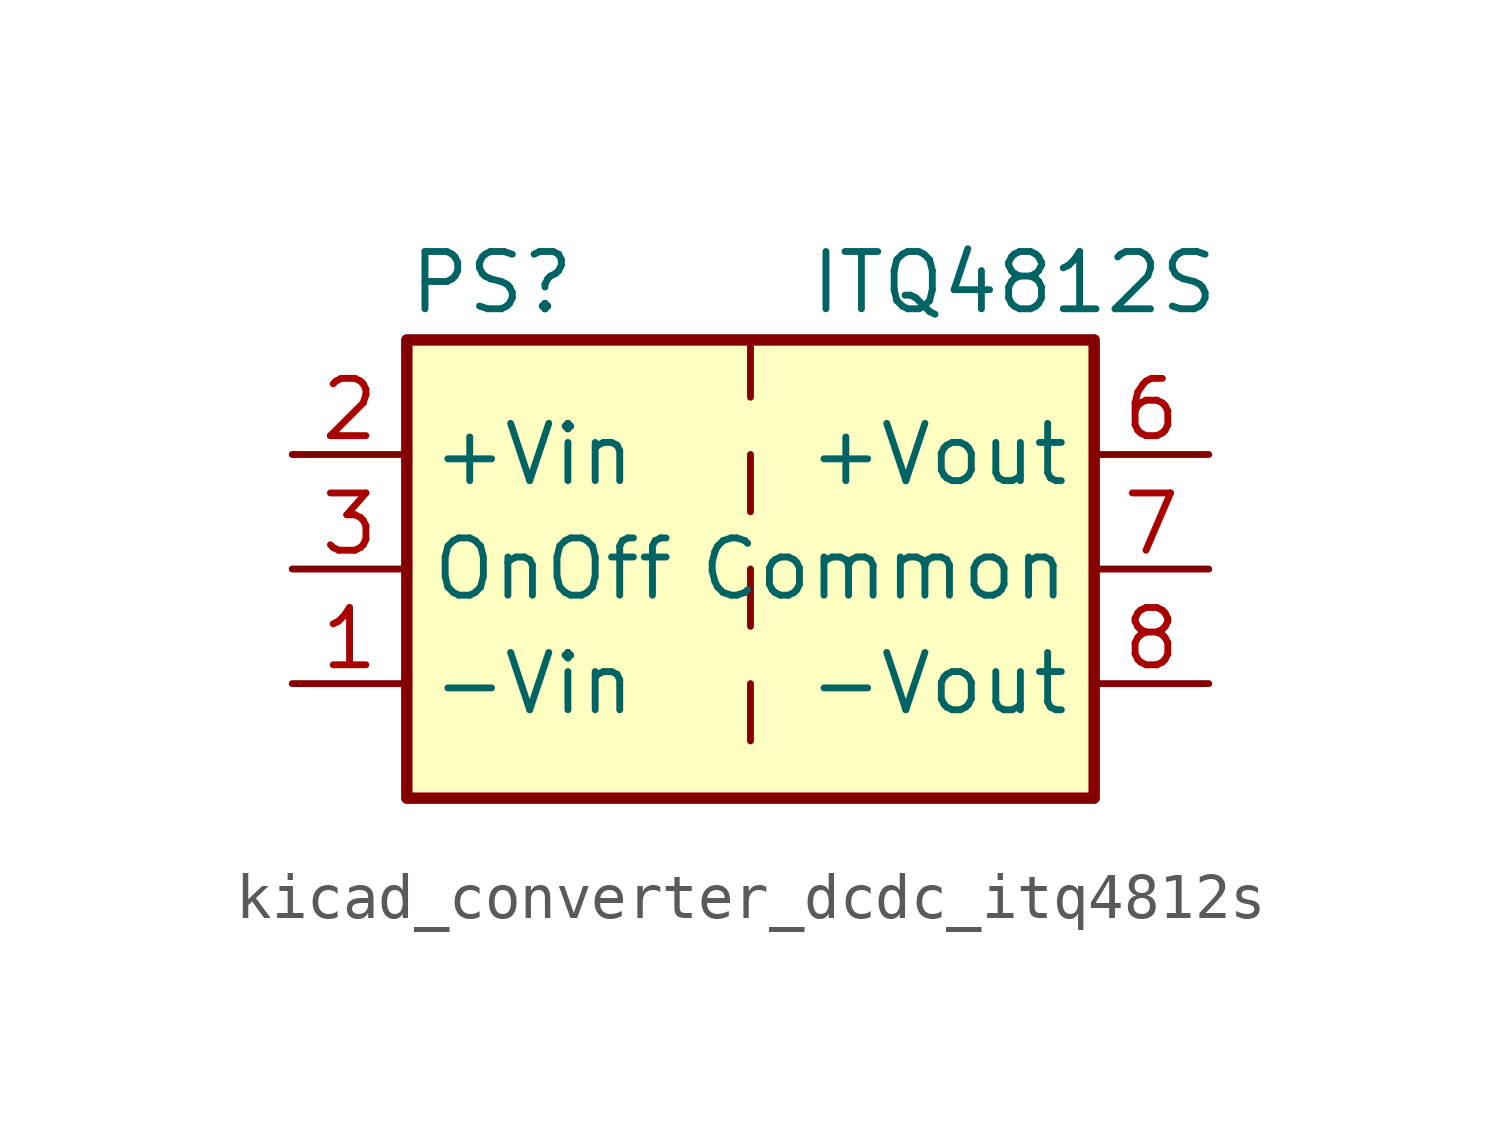
<source format=kicad_sym>
(kicad_symbol_lib
  (version 20220914)
  (generator kicad_symbol_editor)
  (symbol "kicad_converter_dcdc_itq4812s"
    (property "Reference" "PS"
      (at -7.62 6.35 0)
      (effects (font (size 1.27 1.27)) (justify left)))
    (property "Value" "ITQ4812S"
      (at 1.27 6.35 0)
      (effects (font (size 1.27 1.27)) (justify left)))
    (symbol "kicad_converter_dcdc_itq4812s_0_0"
      (pin power_in line (at -10.16 -2.54 0) (length 2.54) (name "-Vin" (effects (font (size 1.27 1.27)))) (number "1" (effects (font (size 1.27 1.27)))))
      (pin power_in line (at -10.16 2.54 0) (length 2.54) (name "+Vin" (effects (font (size 1.27 1.27)))) (number "2" (effects (font (size 1.27 1.27)))))
      (pin input line (at -10.16 0 0) (length 2.54) (name "OnOff" (effects (font (size 1.27 1.27)))) (number "3" (effects (font (size 1.27 1.27)))))
      (pin no_connect line (at 0 5.08 270) (length 2.54) hide (name "NC" (effects (font (size 1.27 1.27)))) (number "5" (effects (font (size 1.27 1.27)))))
      (pin power_out line (at 10.16 2.54 180) (length 2.54) (name "+Vout" (effects (font (size 1.27 1.27)))) (number "6" (effects (font (size 1.27 1.27)))))
      (pin power_out line (at 10.16 0 180) (length 2.54) (name "Common" (effects (font (size 1.27 1.27)))) (number "7" (effects (font (size 1.27 1.27)))))
      (pin power_out line (at 10.16 -2.54 180) (length 2.54) (name "-Vout" (effects (font (size 1.27 1.27)))) (number "8" (effects (font (size 1.27 1.27))))))
    (symbol "kicad_converter_dcdc_itq4812s_0_1"
      (rectangle (start -7.62 5.08) (end 7.62 -5.08) (stroke (width 0.254) (type default)) (fill (type background)))
      (polyline (pts (xy 0 -2.54) (xy 0 -3.81)) (stroke (width 0) (type default)) (fill (type none)))
      (polyline (pts (xy 0 0) (xy 0 -1.27)) (stroke (width 0) (type default)) (fill (type none)))
      (polyline (pts (xy 0 2.54) (xy 0 1.27)) (stroke (width 0) (type default)) (fill (type none)))
      (polyline (pts (xy 0 5.08) (xy 0 3.81)) (stroke (width 0) (type default)) (fill (type none))))))
</source>
